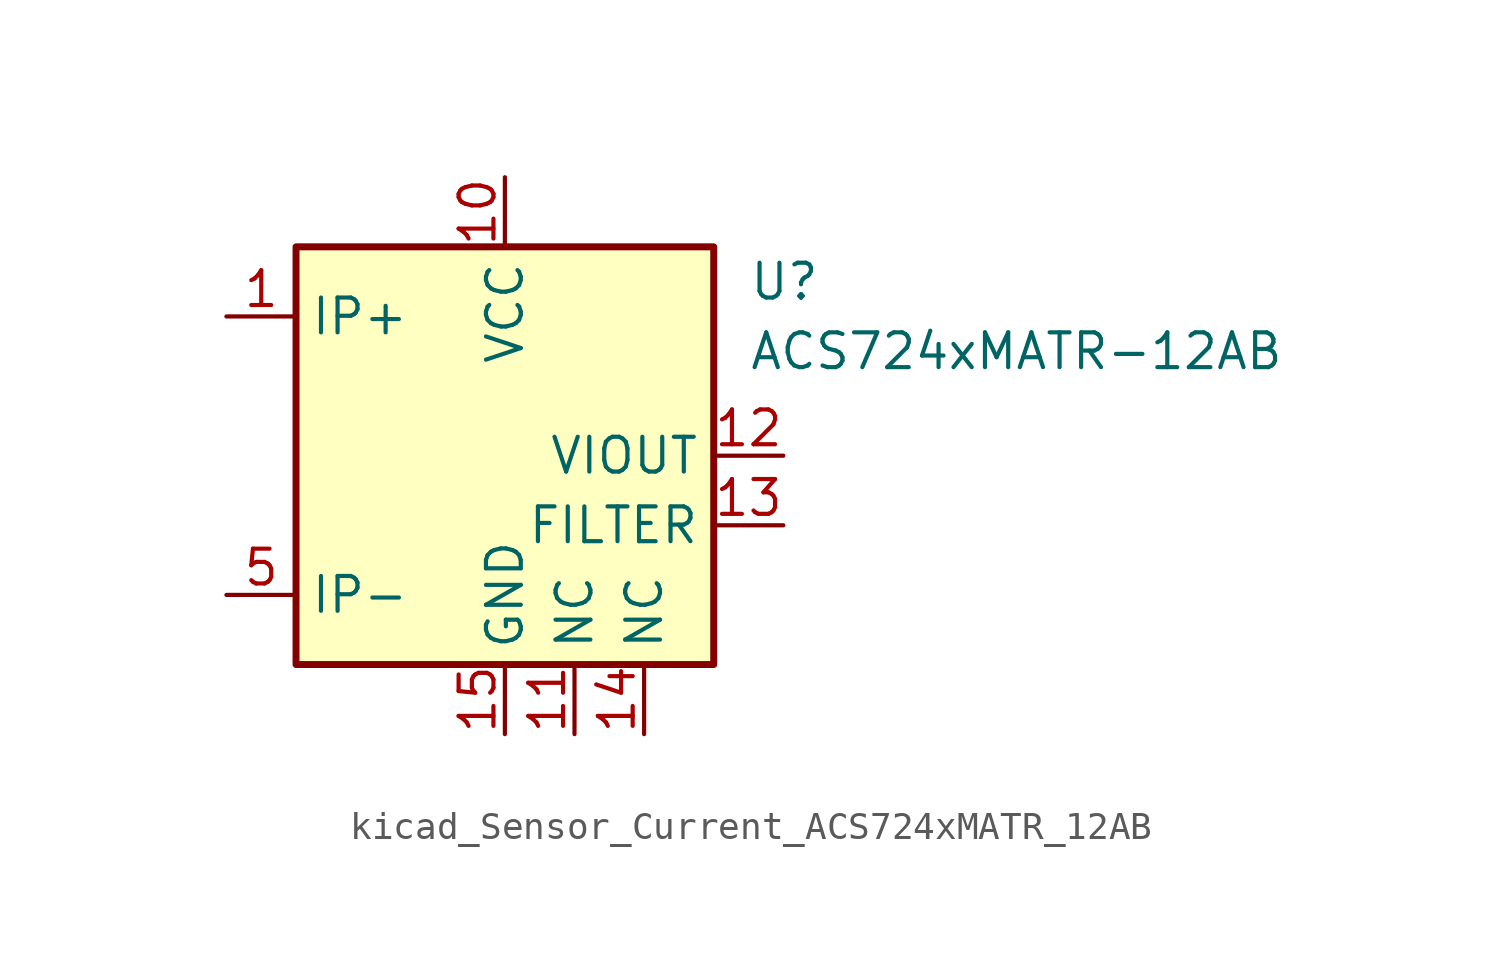
<source format=kicad_sym>
(kicad_symbol_lib
  (version 20220914)
  (generator kicad_symbol_editor)
  (symbol "kicad_Sensor_Current_ACS724xMATR_12AB"
    (property "Reference" "U"
      (at 8.89 6.35 0)
      (effects (font (size 1.27 1.27)) (justify left)))
    (property "Value" "ACS724xMATR-12AB"
      (at 8.89 3.81 0)
      (effects (font (size 1.27 1.27)) (justify left)))
    (symbol "kicad_Sensor_Current_ACS724xMATR_12AB_0_1"
      (rectangle (start -7.62 7.62) (end 7.62 -7.62) (stroke (width 0.254) (type default)) (fill (type background))))
    (symbol "kicad_Sensor_Current_ACS724xMATR_12AB_1_1"
      (pin passive line (at -10.16 5.08 0) (length 2.54) (name "IP+" (effects (font (size 1.27 1.27)))) (number "1" (effects (font (size 1.27 1.27)))))
      (pin power_in line (at 0 10.16 270) (length 2.54) (name "VCC" (effects (font (size 1.27 1.27)))) (number "10" (effects (font (size 1.27 1.27)))))
      (pin passive line (at 2.54 -10.16 90) (length 2.54) (name "NC" (effects (font (size 1.27 1.27)))) (number "11" (effects (font (size 1.27 1.27)))))
      (pin output line (at 10.16 0 180) (length 2.54) (name "VIOUT" (effects (font (size 1.27 1.27)))) (number "12" (effects (font (size 1.27 1.27)))))
      (pin passive line (at 10.16 -2.54 180) (length 2.54) (name "FILTER" (effects (font (size 1.27 1.27)))) (number "13" (effects (font (size 1.27 1.27)))))
      (pin passive line (at 5.08 -10.16 90) (length 2.54) (name "NC" (effects (font (size 1.27 1.27)))) (number "14" (effects (font (size 1.27 1.27)))))
      (pin power_in line (at 0 -10.16 90) (length 2.54) (name "GND" (effects (font (size 1.27 1.27)))) (number "15" (effects (font (size 1.27 1.27)))))
      (pin no_connect line (at 7.62 2.54 180) (length 2.54) hide (name "NC" (effects (font (size 1.27 1.27)))) (number "16" (effects (font (size 1.27 1.27)))))
      (pin passive line (at -10.16 5.08 0) (length 2.54) hide (name "IP+" (effects (font (size 1.27 1.27)))) (number "2" (effects (font (size 1.27 1.27)))))
      (pin passive line (at -10.16 5.08 0) (length 2.54) hide (name "IP+" (effects (font (size 1.27 1.27)))) (number "3" (effects (font (size 1.27 1.27)))))
      (pin passive line (at -10.16 5.08 0) (length 2.54) hide (name "IP+" (effects (font (size 1.27 1.27)))) (number "4" (effects (font (size 1.27 1.27)))))
      (pin passive line (at -10.16 -5.08 0) (length 2.54) (name "IP-" (effects (font (size 1.27 1.27)))) (number "5" (effects (font (size 1.27 1.27)))))
      (pin passive line (at -10.16 -5.08 0) (length 2.54) hide (name "IP-" (effects (font (size 1.27 1.27)))) (number "6" (effects (font (size 1.27 1.27)))))
      (pin passive line (at -10.16 -5.08 0) (length 2.54) hide (name "IP-" (effects (font (size 1.27 1.27)))) (number "7" (effects (font (size 1.27 1.27)))))
      (pin passive line (at -10.16 -5.08 0) (length 2.54) hide (name "IP-" (effects (font (size 1.27 1.27)))) (number "8" (effects (font (size 1.27 1.27)))))
      (pin no_connect line (at 7.62 5.08 180) (length 2.54) hide (name "NC" (effects (font (size 1.27 1.27)))) (number "9" (effects (font (size 1.27 1.27))))))))
</source>
